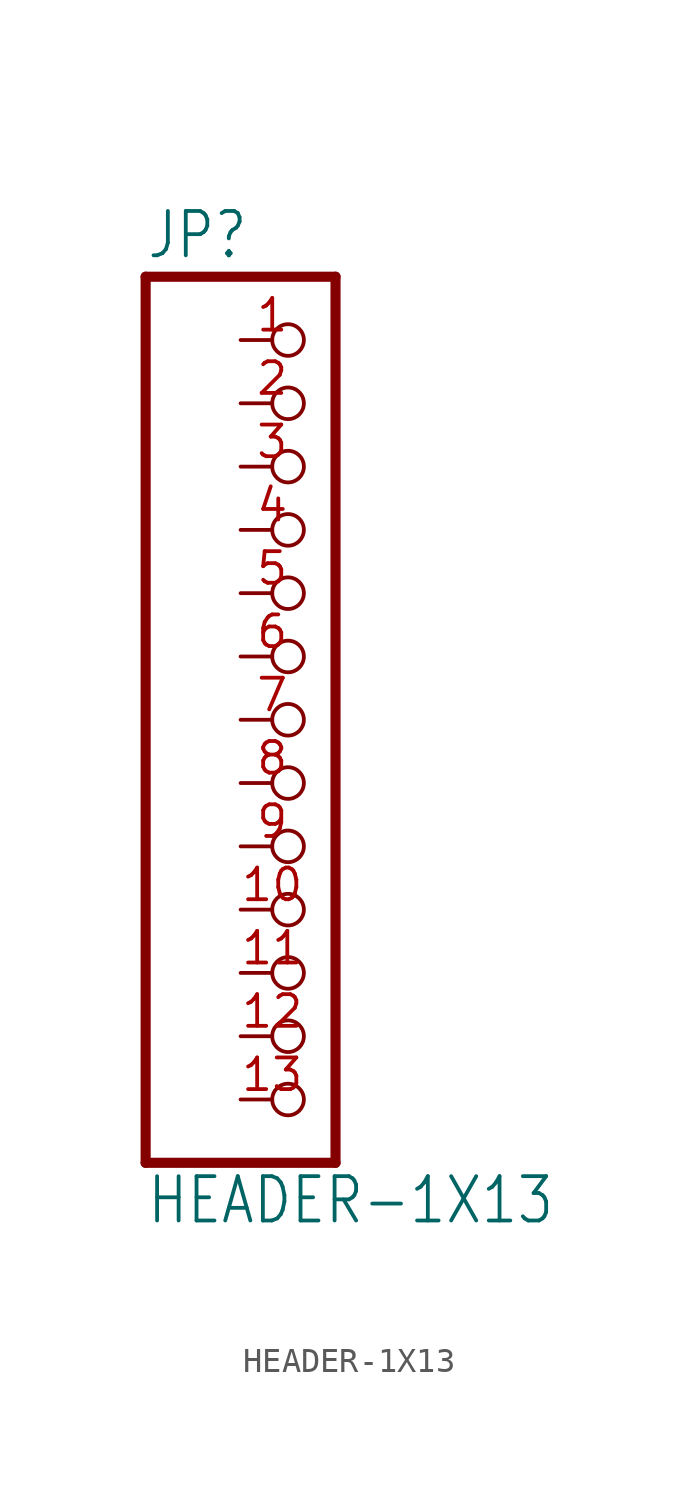
<source format=kicad_sym>
(kicad_symbol_lib
  (version 20211014)
  (generator kicad_symbol_editor)
  (symbol "HEADER-1X13"
    (property "Reference" "JP"
      (at -6.35 18.415 0)
      (effects (font (size 1.778 1.511)) (justify left bottom)))
    (property "Value" "HEADER-1X13"
      (at -6.35 -20.32 0)
      (effects (font (size 1.778 1.511)) (justify left bottom)))
    (property "ki_locked" ""
      (at 0 0 0)
      (effects (font (size 1.27 1.27))))
    (symbol "HEADER-1X13_1_0"
      (polyline (pts (xy -6.35 -17.78) (xy 1.27 -17.78)) (stroke (width 0.406) (type default) (color 0 0 0 0)) (fill (type none)))
      (polyline (pts (xy -6.35 17.78) (xy -6.35 -17.78)) (stroke (width 0.406) (type default) (color 0 0 0 0)) (fill (type none)))
      (polyline (pts (xy 1.27 -17.78) (xy 1.27 17.78)) (stroke (width 0.406) (type default) (color 0 0 0 0)) (fill (type none)))
      (polyline (pts (xy 1.27 17.78) (xy -6.35 17.78)) (stroke (width 0.406) (type default) (color 0 0 0 0)) (fill (type none)))
      (pin passive inverted (at -2.54 15.24 0) (length 2.54) (name "1" (effects (font (size 0 0)))) (number "1" (effects (font (size 1.27 1.27)))))
      (pin passive inverted (at -2.54 -7.62 0) (length 2.54) (name "10" (effects (font (size 0 0)))) (number "10" (effects (font (size 1.27 1.27)))))
      (pin passive inverted (at -2.54 -10.16 0) (length 2.54) (name "11" (effects (font (size 0 0)))) (number "11" (effects (font (size 1.27 1.27)))))
      (pin passive inverted (at -2.54 -12.7 0) (length 2.54) (name "12" (effects (font (size 0 0)))) (number "12" (effects (font (size 1.27 1.27)))))
      (pin passive inverted (at -2.54 -15.24 0) (length 2.54) (name "13" (effects (font (size 0 0)))) (number "13" (effects (font (size 1.27 1.27)))))
      (pin passive inverted (at -2.54 12.7 0) (length 2.54) (name "2" (effects (font (size 0 0)))) (number "2" (effects (font (size 1.27 1.27)))))
      (pin passive inverted (at -2.54 10.16 0) (length 2.54) (name "3" (effects (font (size 0 0)))) (number "3" (effects (font (size 1.27 1.27)))))
      (pin passive inverted (at -2.54 7.62 0) (length 2.54) (name "4" (effects (font (size 0 0)))) (number "4" (effects (font (size 1.27 1.27)))))
      (pin passive inverted (at -2.54 5.08 0) (length 2.54) (name "5" (effects (font (size 0 0)))) (number "5" (effects (font (size 1.27 1.27)))))
      (pin passive inverted (at -2.54 2.54 0) (length 2.54) (name "6" (effects (font (size 0 0)))) (number "6" (effects (font (size 1.27 1.27)))))
      (pin passive inverted (at -2.54 0 0) (length 2.54) (name "7" (effects (font (size 0 0)))) (number "7" (effects (font (size 1.27 1.27)))))
      (pin passive inverted (at -2.54 -2.54 0) (length 2.54) (name "8" (effects (font (size 0 0)))) (number "8" (effects (font (size 1.27 1.27)))))
      (pin passive inverted (at -2.54 -5.08 0) (length 2.54) (name "9" (effects (font (size 0 0)))) (number "9" (effects (font (size 1.27 1.27))))))))
</source>
